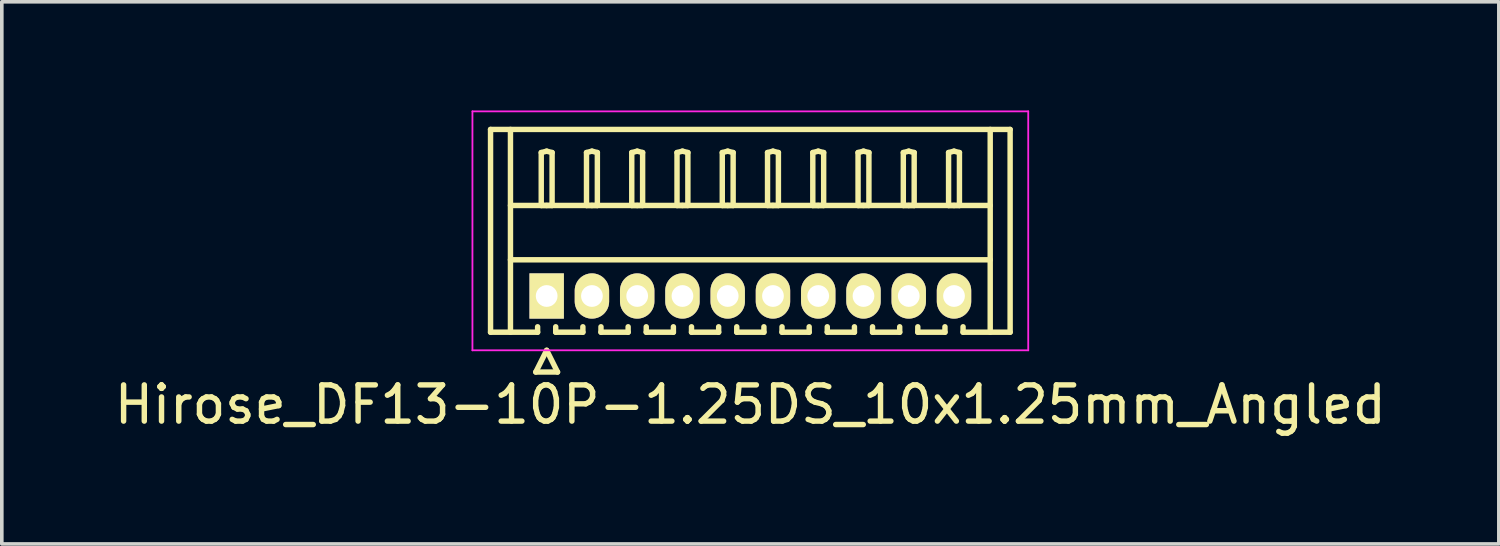
<source format=kicad_pcb>
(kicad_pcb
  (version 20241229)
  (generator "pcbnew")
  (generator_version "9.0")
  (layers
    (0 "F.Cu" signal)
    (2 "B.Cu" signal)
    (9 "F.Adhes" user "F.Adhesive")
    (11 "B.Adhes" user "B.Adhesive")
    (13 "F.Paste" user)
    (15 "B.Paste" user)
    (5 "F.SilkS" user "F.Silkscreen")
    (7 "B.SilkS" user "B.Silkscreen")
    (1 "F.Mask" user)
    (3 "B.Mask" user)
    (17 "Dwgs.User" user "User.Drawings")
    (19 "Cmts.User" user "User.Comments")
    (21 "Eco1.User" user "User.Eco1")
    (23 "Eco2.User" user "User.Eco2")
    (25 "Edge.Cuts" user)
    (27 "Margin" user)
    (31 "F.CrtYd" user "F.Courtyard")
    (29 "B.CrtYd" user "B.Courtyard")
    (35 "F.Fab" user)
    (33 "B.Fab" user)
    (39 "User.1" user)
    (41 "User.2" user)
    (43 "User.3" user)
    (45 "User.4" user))
  (footprint "Hirose_DF13-10P-1.25DS_10x1.25mm_Angled"
    (layer "F.Cu")
    (at 12.048 5.125)
    (property "Reference" "Hirose_DF13-10P-1.25DS_10x1.25mm_Angled" (at 5.625 3 0) (layer "F.SilkS") (effects (font (size 1 1) (thickness 0.15))))
    (attr through_hole)
    (fp_line (start -1.55 -4.6) (end 12.8 -4.6) (stroke (width 0.15) (type solid)) (layer "F.SilkS"))
    (fp_line (start -1.55 1) (end -1.55 -4.6) (stroke (width 0.15) (type solid)) (layer "F.SilkS"))
    (fp_line (start -1 -4.6) (end -1 1) (stroke (width 0.15) (type solid)) (layer "F.SilkS"))
    (fp_line (start -1 -2.5) (end 12.25 -2.5) (stroke (width 0.15) (type solid)) (layer "F.SilkS"))
    (fp_line (start -1 -1) (end 12.25 -1) (stroke (width 0.15) (type solid)) (layer "F.SilkS"))
    (fp_line (start -0.3 2.1) (end 0.3 2.1) (stroke (width 0.15) (type solid)) (layer "F.SilkS"))
    (fp_line (start -0.25 0.85) (end -0.25 1) (stroke (width 0.15) (type solid)) (layer "F.SilkS"))
    (fp_line (start -0.25 1) (end -1.55 1) (stroke (width 0.15) (type solid)) (layer "F.SilkS"))
    (fp_line (start -0.15 -3.962) (end 0 -4) (stroke (width 0.15) (type solid)) (layer "F.SilkS"))
    (fp_line (start -0.15 -2.5) (end -0.15 -3.962) (stroke (width 0.15) (type solid)) (layer "F.SilkS"))
    (fp_line (start 0 -4) (end 0.15 -3.962) (stroke (width 0.15) (type solid)) (layer "F.SilkS"))
    (fp_line (start 0 -2.5) (end -0.15 -2.5) (stroke (width 0.15) (type solid)) (layer "F.SilkS"))
    (fp_line (start 0 1.5) (end -0.3 2.1) (stroke (width 0.15) (type solid)) (layer "F.SilkS"))
    (fp_line (start 0.15 -3.962) (end 0.15 -2.5) (stroke (width 0.15) (type solid)) (layer "F.SilkS"))
    (fp_line (start 0.15 -2.5) (end 0 -2.5) (stroke (width 0.15) (type solid)) (layer "F.SilkS"))
    (fp_line (start 0.25 0.85) (end 0.25 1) (stroke (width 0.15) (type solid)) (layer "F.SilkS"))
    (fp_line (start 0.25 1) (end 1 1) (stroke (width 0.15) (type solid)) (layer "F.SilkS"))
    (fp_line (start 0.3 2.1) (end 0 1.5) (stroke (width 0.15) (type solid)) (layer "F.SilkS"))
    (fp_line (start 1 1) (end 1 0.85) (stroke (width 0.15) (type solid)) (layer "F.SilkS"))
    (fp_line (start 1.1 -3.962) (end 1.25 -4) (stroke (width 0.15) (type solid)) (layer "F.SilkS"))
    (fp_line (start 1.1 -2.5) (end 1.1 -3.962) (stroke (width 0.15) (type solid)) (layer "F.SilkS"))
    (fp_line (start 1.25 -4) (end 1.4 -3.962) (stroke (width 0.15) (type solid)) (layer "F.SilkS"))
    (fp_line (start 1.25 -2.5) (end 1.1 -2.5) (stroke (width 0.15) (type solid)) (layer "F.SilkS"))
    (fp_line (start 1.4 -3.962) (end 1.4 -2.5) (stroke (width 0.15) (type solid)) (layer "F.SilkS"))
    (fp_line (start 1.4 -2.5) (end 1.25 -2.5) (stroke (width 0.15) (type solid)) (layer "F.SilkS"))
    (fp_line (start 1.5 0.85) (end 1.5 1) (stroke (width 0.15) (type solid)) (layer "F.SilkS"))
    (fp_line (start 1.5 1) (end 2.25 1) (stroke (width 0.15) (type solid)) (layer "F.SilkS"))
    (fp_line (start 2.25 1) (end 2.25 0.85) (stroke (width 0.15) (type solid)) (layer "F.SilkS"))
    (fp_line (start 2.35 -3.962) (end 2.5 -4) (stroke (width 0.15) (type solid)) (layer "F.SilkS"))
    (fp_line (start 2.35 -2.5) (end 2.35 -3.962) (stroke (width 0.15) (type solid)) (layer "F.SilkS"))
    (fp_line (start 2.5 -4) (end 2.65 -3.962) (stroke (width 0.15) (type solid)) (layer "F.SilkS"))
    (fp_line (start 2.5 -2.5) (end 2.35 -2.5) (stroke (width 0.15) (type solid)) (layer "F.SilkS"))
    (fp_line (start 2.65 -3.962) (end 2.65 -2.5) (stroke (width 0.15) (type solid)) (layer "F.SilkS"))
    (fp_line (start 2.65 -2.5) (end 2.5 -2.5) (stroke (width 0.15) (type solid)) (layer "F.SilkS"))
    (fp_line (start 2.75 0.85) (end 2.75 1) (stroke (width 0.15) (type solid)) (layer "F.SilkS"))
    (fp_line (start 2.75 1) (end 3.5 1) (stroke (width 0.15) (type solid)) (layer "F.SilkS"))
    (fp_line (start 3.5 1) (end 3.5 0.85) (stroke (width 0.15) (type solid)) (layer "F.SilkS"))
    (fp_line (start 3.6 -3.962) (end 3.75 -4) (stroke (width 0.15) (type solid)) (layer "F.SilkS"))
    (fp_line (start 3.6 -2.5) (end 3.6 -3.962) (stroke (width 0.15) (type solid)) (layer "F.SilkS"))
    (fp_line (start 3.75 -4) (end 3.9 -3.962) (stroke (width 0.15) (type solid)) (layer "F.SilkS"))
    (fp_line (start 3.75 -2.5) (end 3.6 -2.5) (stroke (width 0.15) (type solid)) (layer "F.SilkS"))
    (fp_line (start 3.9 -3.962) (end 3.9 -2.5) (stroke (width 0.15) (type solid)) (layer "F.SilkS"))
    (fp_line (start 3.9 -2.5) (end 3.75 -2.5) (stroke (width 0.15) (type solid)) (layer "F.SilkS"))
    (fp_line (start 4 0.85) (end 4 1) (stroke (width 0.15) (type solid)) (layer "F.SilkS"))
    (fp_line (start 4 1) (end 4.75 1) (stroke (width 0.15) (type solid)) (layer "F.SilkS"))
    (fp_line (start 4.75 1) (end 4.75 0.85) (stroke (width 0.15) (type solid)) (layer "F.SilkS"))
    (fp_line (start 4.85 -3.962) (end 5 -4) (stroke (width 0.15) (type solid)) (layer "F.SilkS"))
    (fp_line (start 4.85 -2.5) (end 4.85 -3.962) (stroke (width 0.15) (type solid)) (layer "F.SilkS"))
    (fp_line (start 5 -4) (end 5.15 -3.962) (stroke (width 0.15) (type solid)) (layer "F.SilkS"))
    (fp_line (start 5 -2.5) (end 4.85 -2.5) (stroke (width 0.15) (type solid)) (layer "F.SilkS"))
    (fp_line (start 5.15 -3.962) (end 5.15 -2.5) (stroke (width 0.15) (type solid)) (layer "F.SilkS"))
    (fp_line (start 5.15 -2.5) (end 5 -2.5) (stroke (width 0.15) (type solid)) (layer "F.SilkS"))
    (fp_line (start 5.25 0.85) (end 5.25 1) (stroke (width 0.15) (type solid)) (layer "F.SilkS"))
    (fp_line (start 5.25 1) (end 6 1) (stroke (width 0.15) (type solid)) (layer "F.SilkS"))
    (fp_line (start 6 1) (end 6 0.85) (stroke (width 0.15) (type solid)) (layer "F.SilkS"))
    (fp_line (start 6.1 -3.962) (end 6.25 -4) (stroke (width 0.15) (type solid)) (layer "F.SilkS"))
    (fp_line (start 6.1 -2.5) (end 6.1 -3.962) (stroke (width 0.15) (type solid)) (layer "F.SilkS"))
    (fp_line (start 6.25 -4) (end 6.4 -3.962) (stroke (width 0.15) (type solid)) (layer "F.SilkS"))
    (fp_line (start 6.25 -2.5) (end 6.1 -2.5) (stroke (width 0.15) (type solid)) (layer "F.SilkS"))
    (fp_line (start 6.4 -3.962) (end 6.4 -2.5) (stroke (width 0.15) (type solid)) (layer "F.SilkS"))
    (fp_line (start 6.4 -2.5) (end 6.25 -2.5) (stroke (width 0.15) (type solid)) (layer "F.SilkS"))
    (fp_line (start 6.5 0.85) (end 6.5 1) (stroke (width 0.15) (type solid)) (layer "F.SilkS"))
    (fp_line (start 6.5 1) (end 7.25 1) (stroke (width 0.15) (type solid)) (layer "F.SilkS"))
    (fp_line (start 7.25 1) (end 7.25 0.85) (stroke (width 0.15) (type solid)) (layer "F.SilkS"))
    (fp_line (start 7.35 -3.962) (end 7.5 -4) (stroke (width 0.15) (type solid)) (layer "F.SilkS"))
    (fp_line (start 7.35 -2.5) (end 7.35 -3.962) (stroke (width 0.15) (type solid)) (layer "F.SilkS"))
    (fp_line (start 7.5 -4) (end 7.65 -3.962) (stroke (width 0.15) (type solid)) (layer "F.SilkS"))
    (fp_line (start 7.5 -2.5) (end 7.35 -2.5) (stroke (width 0.15) (type solid)) (layer "F.SilkS"))
    (fp_line (start 7.65 -3.962) (end 7.65 -2.5) (stroke (width 0.15) (type solid)) (layer "F.SilkS"))
    (fp_line (start 7.65 -2.5) (end 7.5 -2.5) (stroke (width 0.15) (type solid)) (layer "F.SilkS"))
    (fp_line (start 7.75 0.85) (end 7.75 1) (stroke (width 0.15) (type solid)) (layer "F.SilkS"))
    (fp_line (start 7.75 1) (end 8.5 1) (stroke (width 0.15) (type solid)) (layer "F.SilkS"))
    (fp_line (start 8.5 1) (end 8.5 0.85) (stroke (width 0.15) (type solid)) (layer "F.SilkS"))
    (fp_line (start 8.6 -3.962) (end 8.75 -4) (stroke (width 0.15) (type solid)) (layer "F.SilkS"))
    (fp_line (start 8.6 -2.5) (end 8.6 -3.962) (stroke (width 0.15) (type solid)) (layer "F.SilkS"))
    (fp_line (start 8.75 -4) (end 8.9 -3.962) (stroke (width 0.15) (type solid)) (layer "F.SilkS"))
    (fp_line (start 8.75 -2.5) (end 8.6 -2.5) (stroke (width 0.15) (type solid)) (layer "F.SilkS"))
    (fp_line (start 8.9 -3.962) (end 8.9 -2.5) (stroke (width 0.15) (type solid)) (layer "F.SilkS"))
    (fp_line (start 8.9 -2.5) (end 8.75 -2.5) (stroke (width 0.15) (type solid)) (layer "F.SilkS"))
    (fp_line (start 9 0.85) (end 9 1) (stroke (width 0.15) (type solid)) (layer "F.SilkS"))
    (fp_line (start 9 1) (end 9.75 1) (stroke (width 0.15) (type solid)) (layer "F.SilkS"))
    (fp_line (start 9.75 1) (end 9.75 0.85) (stroke (width 0.15) (type solid)) (layer "F.SilkS"))
    (fp_line (start 9.85 -3.962) (end 10 -4) (stroke (width 0.15) (type solid)) (layer "F.SilkS"))
    (fp_line (start 9.85 -2.5) (end 9.85 -3.962) (stroke (width 0.15) (type solid)) (layer "F.SilkS"))
    (fp_line (start 10 -4) (end 10.15 -3.962) (stroke (width 0.15) (type solid)) (layer "F.SilkS"))
    (fp_line (start 10 -2.5) (end 9.85 -2.5) (stroke (width 0.15) (type solid)) (layer "F.SilkS"))
    (fp_line (start 10.15 -3.962) (end 10.15 -2.5) (stroke (width 0.15) (type solid)) (layer "F.SilkS"))
    (fp_line (start 10.15 -2.5) (end 10 -2.5) (stroke (width 0.15) (type solid)) (layer "F.SilkS"))
    (fp_line (start 10.25 0.85) (end 10.25 1) (stroke (width 0.15) (type solid)) (layer "F.SilkS"))
    (fp_line (start 10.25 1) (end 11 1) (stroke (width 0.15) (type solid)) (layer "F.SilkS"))
    (fp_line (start 11 1) (end 11 0.85) (stroke (width 0.15) (type solid)) (layer "F.SilkS"))
    (fp_line (start 11.1 -3.962) (end 11.25 -4) (stroke (width 0.15) (type solid)) (layer "F.SilkS"))
    (fp_line (start 11.1 -2.5) (end 11.1 -3.962) (stroke (width 0.15) (type solid)) (layer "F.SilkS"))
    (fp_line (start 11.25 -4) (end 11.4 -3.962) (stroke (width 0.15) (type solid)) (layer "F.SilkS"))
    (fp_line (start 11.25 -2.5) (end 11.1 -2.5) (stroke (width 0.15) (type solid)) (layer "F.SilkS"))
    (fp_line (start 11.4 -3.962) (end 11.4 -2.5) (stroke (width 0.15) (type solid)) (layer "F.SilkS"))
    (fp_line (start 11.4 -2.5) (end 11.25 -2.5) (stroke (width 0.15) (type solid)) (layer "F.SilkS"))
    (fp_line (start 11.5 1) (end 11.5 0.85) (stroke (width 0.15) (type solid)) (layer "F.SilkS"))
    (fp_line (start 12.25 -4.6) (end 12.25 1) (stroke (width 0.15) (type solid)) (layer "F.SilkS"))
    (fp_line (start 12.8 -4.6) (end 12.8 1) (stroke (width 0.15) (type solid)) (layer "F.SilkS"))
    (fp_line (start 12.8 1) (end 11.5 1) (stroke (width 0.15) (type solid)) (layer "F.SilkS"))
    (fp_line (start -2.05 -5.1) (end -2.05 1.5) (stroke (width 0.05) (type solid)) (layer "F.CrtYd"))
    (fp_line (start -2.05 1.5) (end 13.3 1.5) (stroke (width 0.05) (type solid)) (layer "F.CrtYd"))
    (fp_line (start 13.3 -5.1) (end -2.05 -5.1) (stroke (width 0.05) (type solid)) (layer "F.CrtYd"))
    (fp_line (start 13.3 1.5) (end 13.3 -5.1) (stroke (width 0.05) (type solid)) (layer "F.CrtYd"))
    (pad "1" thru_hole rect (at 0 0) (size 0.95 1.25) (drill 0.6) (layers "*.Cu" "*.Mask" "F.SilkS"))
    (pad "2" thru_hole oval (at 1.25 0) (size 0.95 1.25) (drill 0.6) (layers "*.Cu" "*.Mask" "F.SilkS"))
    (pad "3" thru_hole oval (at 2.5 0) (size 0.95 1.25) (drill 0.6) (layers "*.Cu" "*.Mask" "F.SilkS"))
    (pad "4" thru_hole oval (at 3.75 0) (size 0.95 1.25) (drill 0.6) (layers "*.Cu" "*.Mask" "F.SilkS"))
    (pad "5" thru_hole oval (at 5 0) (size 0.95 1.25) (drill 0.6) (layers "*.Cu" "*.Mask" "F.SilkS"))
    (pad "6" thru_hole oval (at 6.25 0) (size 0.95 1.25) (drill 0.6) (layers "*.Cu" "*.Mask" "F.SilkS"))
    (pad "7" thru_hole oval (at 7.5 0) (size 0.95 1.25) (drill 0.6) (layers "*.Cu" "*.Mask" "F.SilkS"))
    (pad "8" thru_hole oval (at 8.75 0) (size 0.95 1.25) (drill 0.6) (layers "*.Cu" "*.Mask" "F.SilkS"))
    (pad "9" thru_hole oval (at 10 0) (size 0.95 1.25) (drill 0.6) (layers "*.Cu" "*.Mask" "F.SilkS"))
    (pad "10" thru_hole oval (at 11.25 0) (size 0.95 1.25) (drill 0.6) (layers "*.Cu" "*.Mask" "F.SilkS")))
  (gr_rect
    (start -3 -3)
    (end 38.345 11.973)
    (stroke (width 0.1) (type default))
    (fill no)
    (layer "Edge.Cuts")))
</source>
